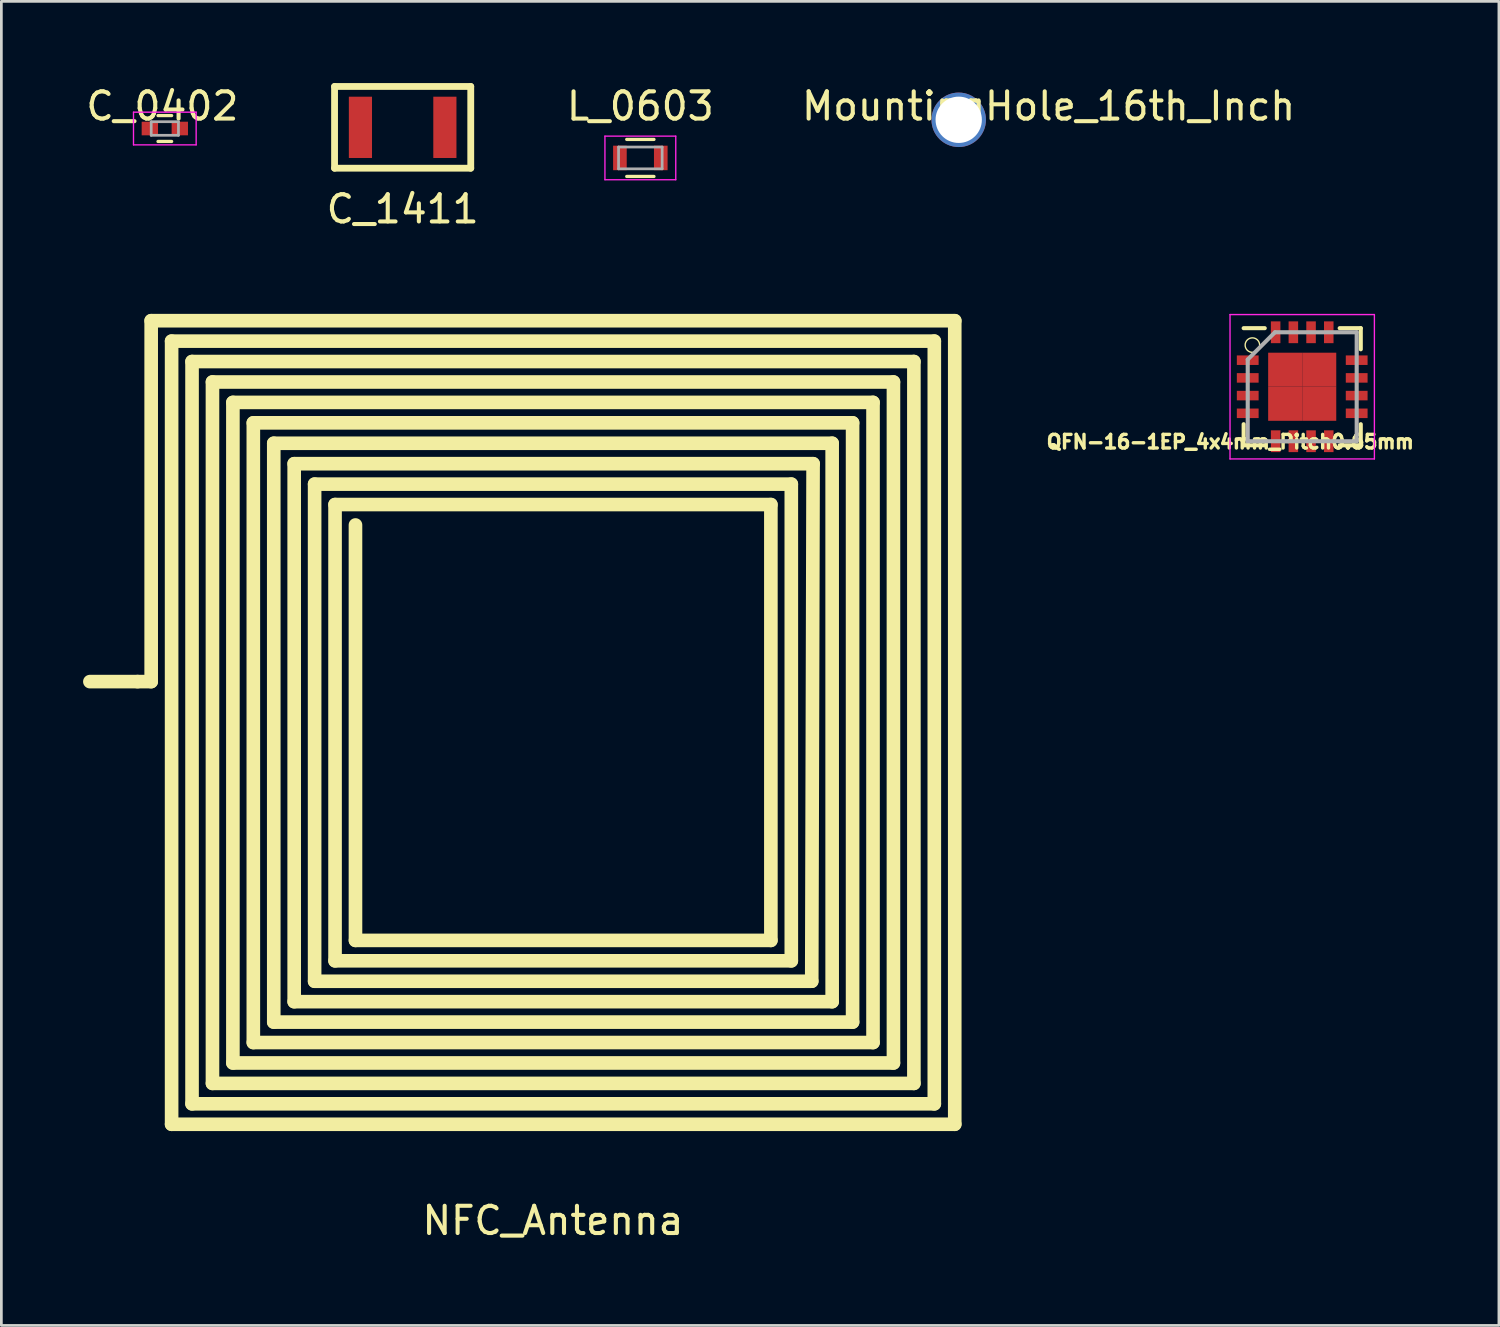
<source format=kicad_pcb>
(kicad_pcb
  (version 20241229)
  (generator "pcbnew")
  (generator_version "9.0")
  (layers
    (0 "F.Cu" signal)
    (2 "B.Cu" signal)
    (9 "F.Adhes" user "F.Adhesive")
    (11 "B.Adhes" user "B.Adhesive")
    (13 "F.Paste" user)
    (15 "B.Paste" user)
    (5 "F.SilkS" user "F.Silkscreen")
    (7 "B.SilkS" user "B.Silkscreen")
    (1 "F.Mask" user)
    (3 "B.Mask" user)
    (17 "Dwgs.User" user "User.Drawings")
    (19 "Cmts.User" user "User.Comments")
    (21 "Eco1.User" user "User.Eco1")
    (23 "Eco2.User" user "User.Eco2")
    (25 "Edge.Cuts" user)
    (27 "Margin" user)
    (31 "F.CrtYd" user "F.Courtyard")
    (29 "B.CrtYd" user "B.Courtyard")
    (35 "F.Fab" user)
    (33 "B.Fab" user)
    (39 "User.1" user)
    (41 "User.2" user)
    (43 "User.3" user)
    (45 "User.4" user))
  (footprint "L_0603"
    (layer "F.Cu")
    (at 20.458 2.748)
    (property "Reference" "L_0603" (at 0 -1.9 0) (layer "F.SilkS") (effects (font (size 1 1) (thickness 0.15))))
    (attr smd)
    (fp_line (start -0.5 -0.68) (end 0.5 -0.68) (stroke (width 0.12) (type solid)) (layer "F.SilkS"))
    (fp_line (start 0.5 0.68) (end -0.5 0.68) (stroke (width 0.12) (type solid)) (layer "F.SilkS"))
    (fp_line (start -1.3 -0.8) (end -1.3 0.8) (stroke (width 0.05) (type solid)) (layer "F.CrtYd"))
    (fp_line (start -1.3 -0.8) (end 1.3 -0.8) (stroke (width 0.05) (type solid)) (layer "F.CrtYd"))
    (fp_line (start -1.3 0.8) (end 1.3 0.8) (stroke (width 0.05) (type solid)) (layer "F.CrtYd"))
    (fp_line (start 1.3 -0.8) (end 1.3 0.8) (stroke (width 0.05) (type solid)) (layer "F.CrtYd"))
    (fp_line (start -0.8 -0.4) (end 0.8 -0.4) (stroke (width 0.1) (type solid)) (layer "F.Fab"))
    (fp_line (start -0.8 0.4) (end -0.8 -0.4) (stroke (width 0.1) (type solid)) (layer "F.Fab"))
    (fp_line (start 0.8 -0.4) (end 0.8 0.4) (stroke (width 0.1) (type solid)) (layer "F.Fab"))
    (fp_line (start 0.8 0.4) (end -0.8 0.4) (stroke (width 0.1) (type solid)) (layer "F.Fab"))
    (pad "1" smd rect (at -0.75 0) (size 0.5 0.9) (layers "F.Cu" "F.Mask" "F.Paste"))
    (pad "2" smd rect (at 0.75 0) (size 0.5 0.9) (layers "F.Cu" "F.Mask" "F.Paste")))
  (footprint "C_1411"
    (layer "F.Cu")
    (at 11.732 1.625)
    (property "Reference" "C_1411" (at 0 3 0) (layer "F.SilkS") (effects (font (size 1 1) (thickness 0.15))))
    (attr through_hole)
    (fp_line (start -2.5 -1.5) (end 2.5 -1.5) (stroke (width 0.25) (type solid)) (layer "F.SilkS"))
    (fp_line (start -2.5 1.5) (end -2.5 -1.5) (stroke (width 0.25) (type solid)) (layer "F.SilkS"))
    (fp_line (start 2.5 -1.5) (end 2.5 1.5) (stroke (width 0.25) (type solid)) (layer "F.SilkS"))
    (fp_line (start 2.5 1.5) (end -2.5 1.5) (stroke (width 0.25) (type solid)) (layer "F.SilkS"))
    (pad "1" smd rect (at -1.55 0) (size 0.85 2.25) (layers "F.Cu" "F.Mask" "F.Paste"))
    (pad "2" smd rect (at 1.55 0) (size 0.85 2.25) (layers "F.Cu" "F.Mask" "F.Paste")))
  (footprint "MountingHole_16th_Inch"
    (layer "F.Cu")
    (at 32.146 1.348)
    (property "Reference" "MountingHole_16th_Inch" (at 3.3 -0.5 0) (layer "F.SilkS") (effects (font (size 1 1) (thickness 0.15))))
    (attr through_hole)
    (pad "" np_thru_hole circle (at 0 0) (size 2 2) (drill 1.7) (layers "*.Cu" "*.Mask")))
  (footprint "NFC_Antenna"
    (layer "F.Cu")
    (at 17.25 23.473)
    (property "Reference" "NFC_Antenna" (at 0 18.288 0) (layer "F.SilkS") (effects (font (size 1 1) (thickness 0.15))))
    (attr through_hole)
    (fp_line (start -17 -1.5) (end -15.25 -1.5) (stroke (width 0.5) (type solid)) (layer "F.SilkS"))
    (fp_line (start -15.25 -1.5) (end -14.75 -1.5) (stroke (width 0.5) (type solid)) (layer "F.SilkS"))
    (fp_line (start -14.75 -14.75) (end 14.75 -14.75) (stroke (width 0.5) (type solid)) (layer "F.SilkS"))
    (fp_line (start -14.75 -1.5) (end -14.75 -14.75) (stroke (width 0.5) (type solid)) (layer "F.SilkS"))
    (fp_line (start -14 -14) (end 14 -14) (stroke (width 0.5) (type solid)) (layer "F.SilkS"))
    (fp_line (start -14 14.75) (end -14 -14) (stroke (width 0.5) (type solid)) (layer "F.SilkS"))
    (fp_line (start -13.25 -13.25) (end 13.25 -13.25) (stroke (width 0.5) (type solid)) (layer "F.SilkS"))
    (fp_line (start -13.25 14) (end -13.25 -13.25) (stroke (width 0.5) (type solid)) (layer "F.SilkS"))
    (fp_line (start -12.5 -12.5) (end 12.5 -12.5) (stroke (width 0.5) (type solid)) (layer "F.SilkS"))
    (fp_line (start -12.5 13.25) (end -12.5 -12.5) (stroke (width 0.5) (type solid)) (layer "F.SilkS"))
    (fp_line (start -11.75 -11.75) (end 11.75 -11.75) (stroke (width 0.5) (type solid)) (layer "F.SilkS"))
    (fp_line (start -11.75 12.5) (end -11.75 -11.75) (stroke (width 0.5) (type solid)) (layer "F.SilkS"))
    (fp_line (start -11 -11) (end 11 -11) (stroke (width 0.5) (type solid)) (layer "F.SilkS"))
    (fp_line (start -11 11.75) (end -11 -11) (stroke (width 0.5) (type solid)) (layer "F.SilkS"))
    (fp_line (start -10.25 -10.25) (end 10.25 -10.25) (stroke (width 0.5) (type solid)) (layer "F.SilkS"))
    (fp_line (start -10.25 11) (end -10.25 -10.25) (stroke (width 0.5) (type solid)) (layer "F.SilkS"))
    (fp_line (start -9.5 -9.5) (end 9.55 -9.5) (stroke (width 0.5) (type solid)) (layer "F.SilkS"))
    (fp_line (start -9.5 10.25) (end -9.5 -9.5) (stroke (width 0.5) (type solid)) (layer "F.SilkS"))
    (fp_line (start -8.75 -8.75) (end 8.75 -8.75) (stroke (width 0.5) (type solid)) (layer "F.SilkS"))
    (fp_line (start -8.75 9.5) (end -8.75 -8.75) (stroke (width 0.5) (type solid)) (layer "F.SilkS"))
    (fp_line (start -8 -8) (end 8 -8) (stroke (width 0.5) (type solid)) (layer "F.SilkS"))
    (fp_line (start -8 8.75) (end -8 -8) (stroke (width 0.5) (type solid)) (layer "F.SilkS"))
    (fp_line (start -7.25 8) (end -7.25 -7.25) (stroke (width 0.5) (type solid)) (layer "F.SilkS"))
    (fp_line (start 8 -8) (end 8 8) (stroke (width 0.5) (type solid)) (layer "F.SilkS"))
    (fp_line (start 8 8) (end -7.25 8) (stroke (width 0.5) (type solid)) (layer "F.SilkS"))
    (fp_line (start 8.75 -8.75) (end 8.75 8.75) (stroke (width 0.5) (type solid)) (layer "F.SilkS"))
    (fp_line (start 8.75 8.75) (end -8 8.75) (stroke (width 0.5) (type solid)) (layer "F.SilkS"))
    (fp_line (start 9.5 9.5) (end -8.75 9.5) (stroke (width 0.5) (type solid)) (layer "F.SilkS"))
    (fp_line (start 9.55 -9.5) (end 9.5 9.5) (stroke (width 0.5) (type solid)) (layer "F.SilkS"))
    (fp_line (start 10.25 -10.25) (end 10.25 10.25) (stroke (width 0.5) (type solid)) (layer "F.SilkS"))
    (fp_line (start 10.25 10.25) (end -9.5 10.25) (stroke (width 0.5) (type solid)) (layer "F.SilkS"))
    (fp_line (start 11 -11) (end 11 11) (stroke (width 0.5) (type solid)) (layer "F.SilkS"))
    (fp_line (start 11 11) (end -10.25 11) (stroke (width 0.5) (type solid)) (layer "F.SilkS"))
    (fp_line (start 11.75 -11.75) (end 11.75 11.75) (stroke (width 0.5) (type solid)) (layer "F.SilkS"))
    (fp_line (start 11.75 11.75) (end -11 11.75) (stroke (width 0.5) (type solid)) (layer "F.SilkS"))
    (fp_line (start 12.5 -12.5) (end 12.5 12.5) (stroke (width 0.5) (type solid)) (layer "F.SilkS"))
    (fp_line (start 12.5 12.5) (end -11.75 12.5) (stroke (width 0.5) (type solid)) (layer "F.SilkS"))
    (fp_line (start 13.25 -13.25) (end 13.25 13.25) (stroke (width 0.5) (type solid)) (layer "F.SilkS"))
    (fp_line (start 13.25 13.25) (end -12.5 13.25) (stroke (width 0.5) (type solid)) (layer "F.SilkS"))
    (fp_line (start 14 -14) (end 14 14) (stroke (width 0.5) (type solid)) (layer "F.SilkS"))
    (fp_line (start 14 14) (end -13.25 14) (stroke (width 0.5) (type solid)) (layer "F.SilkS"))
    (fp_line (start 14.75 -14.75) (end 14.75 14.75) (stroke (width 0.5) (type solid)) (layer "F.SilkS"))
    (fp_line (start 14.75 14.75) (end -14 14.75) (stroke (width 0.5) (type solid)) (layer "F.SilkS")))
  (footprint "C_0402"
    (layer "F.Cu")
    (at 3.001 1.668)
    (property "Reference" "C_0402" (at -0.09 -0.82 0) (layer "F.SilkS") (effects (font (size 1 1) (thickness 0.15))))
    (attr smd)
    (fp_line (start -0.25 0.475) (end 0.25 0.475) (stroke (width 0.12) (type solid)) (layer "F.SilkS"))
    (fp_line (start 0.25 -0.475) (end -0.25 -0.475) (stroke (width 0.12) (type solid)) (layer "F.SilkS"))
    (fp_line (start -1.15 -0.6) (end -1.15 0.6) (stroke (width 0.05) (type solid)) (layer "F.CrtYd"))
    (fp_line (start -1.15 -0.6) (end 1.15 -0.6) (stroke (width 0.05) (type solid)) (layer "F.CrtYd"))
    (fp_line (start -1.15 0.6) (end 1.15 0.6) (stroke (width 0.05) (type solid)) (layer "F.CrtYd"))
    (fp_line (start 1.15 -0.6) (end 1.15 0.6) (stroke (width 0.05) (type solid)) (layer "F.CrtYd"))
    (fp_line (start -0.5 -0.25) (end 0.5 -0.25) (stroke (width 0.1) (type solid)) (layer "F.Fab"))
    (fp_line (start -0.5 0.25) (end -0.5 -0.25) (stroke (width 0.1) (type solid)) (layer "F.Fab"))
    (fp_line (start 0.5 -0.25) (end 0.5 0.25) (stroke (width 0.1) (type solid)) (layer "F.Fab"))
    (fp_line (start 0.5 0.25) (end -0.5 0.25) (stroke (width 0.1) (type solid)) (layer "F.Fab"))
    (pad "1" smd rect (at -0.55 0) (size 0.6 0.5) (layers "F.Cu" "F.Mask" "F.Paste"))
    (pad "2" smd rect (at 0.55 0) (size 0.6 0.5) (layers "F.Cu" "F.Mask" "F.Paste")))
  (footprint "QFN-16-1EP_4x4mm_Pitch0.65mm"
    (layer "F.Cu")
    (at 44.756 11.148)
    (property "Reference" "QFN-16-1EP_4x4mm_Pitch0.65mm" (at -2.642 2.023 0) (layer "F.SilkS") (effects (font (size 0.5 0.5) (thickness 0.125))))
    (attr smd)
    (fp_line (start -2.15 -2.15) (end -1.375 -2.15) (stroke (width 0.15) (type solid)) (layer "F.SilkS"))
    (fp_line (start -2.15 2.15) (end -2.15 1.375) (stroke (width 0.15) (type solid)) (layer "F.SilkS"))
    (fp_line (start -2.15 2.15) (end -1.375 2.15) (stroke (width 0.15) (type solid)) (layer "F.SilkS"))
    (fp_line (start 2.15 -2.15) (end 1.375 -2.15) (stroke (width 0.15) (type solid)) (layer "F.SilkS"))
    (fp_line (start 2.15 -2.15) (end 2.15 -1.375) (stroke (width 0.15) (type solid)) (layer "F.SilkS"))
    (fp_line (start 2.15 2.15) (end 1.375 2.15) (stroke (width 0.15) (type solid)) (layer "F.SilkS"))
    (fp_line (start 2.15 2.15) (end 2.15 1.375) (stroke (width 0.15) (type solid)) (layer "F.SilkS"))
    (fp_circle (center -1.829 -1.529) (end -1.636 -1.346) (stroke (width 0.05) (type solid)) (fill no) (layer "F.SilkS"))
    (fp_line (start -2.65 -2.65) (end -2.65 2.65) (stroke (width 0.05) (type solid)) (layer "F.CrtYd"))
    (fp_line (start -2.65 -2.65) (end 2.65 -2.65) (stroke (width 0.05) (type solid)) (layer "F.CrtYd"))
    (fp_line (start -2.65 2.65) (end 2.65 2.65) (stroke (width 0.05) (type solid)) (layer "F.CrtYd"))
    (fp_line (start 2.65 -2.65) (end 2.65 2.65) (stroke (width 0.05) (type solid)) (layer "F.CrtYd"))
    (fp_line (start -2 -1) (end -1 -2) (stroke (width 0.15) (type solid)) (layer "F.Fab"))
    (fp_line (start -2 2) (end -2 -1) (stroke (width 0.15) (type solid)) (layer "F.Fab"))
    (fp_line (start -1 -2) (end 2 -2) (stroke (width 0.15) (type solid)) (layer "F.Fab"))
    (fp_line (start 2 -2) (end 2 2) (stroke (width 0.15) (type solid)) (layer "F.Fab"))
    (fp_line (start 2 2) (end -2 2) (stroke (width 0.15) (type solid)) (layer "F.Fab"))
    (pad "1" smd rect (at -2 -0.975) (size 0.8 0.35) (layers "F.Cu" "F.Mask" "F.Paste"))
    (pad "2" smd rect (at -2 -0.325) (size 0.8 0.35) (layers "F.Cu" "F.Mask" "F.Paste"))
    (pad "3" smd rect (at -2 0.325) (size 0.8 0.35) (layers "F.Cu" "F.Mask" "F.Paste"))
    (pad "4" smd rect (at -2 0.975) (size 0.8 0.35) (layers "F.Cu" "F.Mask" "F.Paste"))
    (pad "5" smd rect (at -0.975 2 90) (size 0.8 0.35) (layers "F.Cu" "F.Mask" "F.Paste"))
    (pad "6" smd rect (at -0.325 2 90) (size 0.8 0.35) (layers "F.Cu" "F.Mask" "F.Paste"))
    (pad "7" smd rect (at 0.325 2 90) (size 0.8 0.35) (layers "F.Cu" "F.Mask" "F.Paste"))
    (pad "8" smd rect (at 0.975 2 90) (size 0.8 0.35) (layers "F.Cu" "F.Mask" "F.Paste"))
    (pad "9" smd rect (at 2 0.975) (size 0.8 0.35) (layers "F.Cu" "F.Mask" "F.Paste"))
    (pad "10" smd rect (at 2 0.325) (size 0.8 0.35) (layers "F.Cu" "F.Mask" "F.Paste"))
    (pad "11" smd rect (at 2 -0.325) (size 0.8 0.35) (layers "F.Cu" "F.Mask" "F.Paste"))
    (pad "12" smd rect (at 2 -0.975) (size 0.8 0.35) (layers "F.Cu" "F.Mask" "F.Paste"))
    (pad "13" smd rect (at 0.975 -2 90) (size 0.8 0.35) (layers "F.Cu" "F.Mask" "F.Paste"))
    (pad "14" smd rect (at 0.325 -2 90) (size 0.8 0.35) (layers "F.Cu" "F.Mask" "F.Paste"))
    (pad "15" smd rect (at -0.325 -2 90) (size 0.8 0.35) (layers "F.Cu" "F.Mask" "F.Paste"))
    (pad "16" smd rect (at -0.975 -2 90) (size 0.8 0.35) (layers "F.Cu" "F.Mask" "F.Paste"))
    (pad "17" smd rect (at -0.625 -0.625) (size 1.25 1.25) (layers "F.Cu" "F.Mask" "F.Paste"))
    (pad "17" smd rect (at -0.625 0.625) (size 1.25 1.25) (layers "F.Cu" "F.Mask" "F.Paste"))
    (pad "17" smd rect (at 0.625 -0.625) (size 1.25 1.25) (layers "F.Cu" "F.Mask" "F.Paste"))
    (pad "17" smd rect (at 0.625 0.625) (size 1.25 1.25) (layers "F.Cu" "F.Mask" "F.Paste")))
  (gr_rect
    (start -3 -3)
    (end 51.977 45.609)
    (stroke (width 0.1) (type default))
    (fill no)
    (layer "Edge.Cuts")))
</source>
